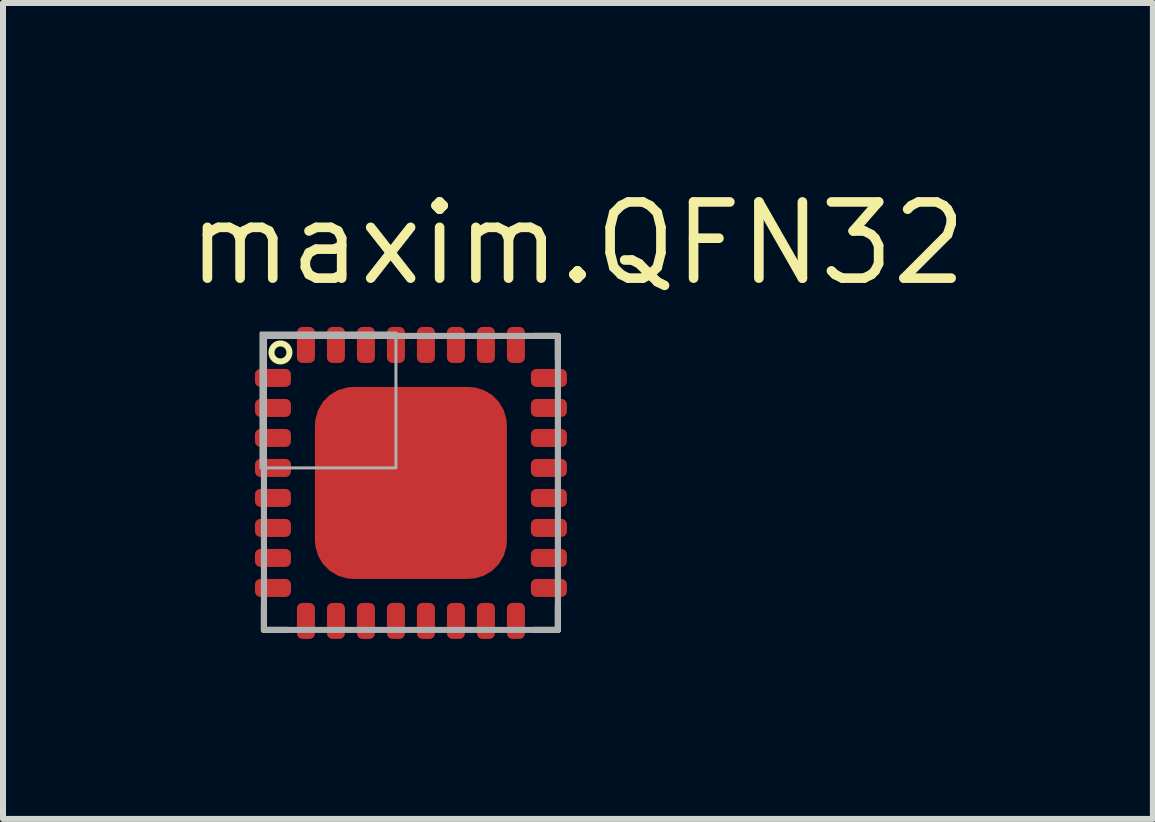
<source format=kicad_pcb>
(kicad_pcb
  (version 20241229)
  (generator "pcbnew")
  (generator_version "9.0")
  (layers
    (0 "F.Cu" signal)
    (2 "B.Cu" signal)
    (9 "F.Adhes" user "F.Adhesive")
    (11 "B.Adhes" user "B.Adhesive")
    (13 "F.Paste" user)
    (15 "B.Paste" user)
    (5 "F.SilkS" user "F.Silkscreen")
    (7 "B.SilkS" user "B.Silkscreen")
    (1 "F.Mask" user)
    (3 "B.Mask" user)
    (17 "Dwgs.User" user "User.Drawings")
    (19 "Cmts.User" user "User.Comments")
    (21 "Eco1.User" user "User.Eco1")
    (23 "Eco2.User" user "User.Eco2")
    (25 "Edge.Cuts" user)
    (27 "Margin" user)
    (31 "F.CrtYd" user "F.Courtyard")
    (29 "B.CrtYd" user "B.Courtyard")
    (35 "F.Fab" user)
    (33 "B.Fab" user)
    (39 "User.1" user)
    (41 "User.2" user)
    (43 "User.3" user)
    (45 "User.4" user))
  (footprint "maxim.QFN32"
    (layer "F.Cu")
    (at 3.8 5)
    (property "Reference" "maxim.QFN32" (at -3.8 -3.25 0) (layer "F.SilkS") (effects (font (size 1.27 1.27) (thickness 0.16)) (justify left bottom)))
    (attr smd)
    (fp_poly (pts (xy -2.55 -1.35) (xy -2.05 -1.35) (xy -2.05 -1.15) (xy -2.55 -1.15)) (stroke (width 0.102) (type default)) (fill yes) (layer "F.Mask"))
    (fp_poly (pts (xy -2.55 -0.85) (xy -2.05 -0.85) (xy -2.05 -0.65) (xy -2.55 -0.65)) (stroke (width 0.102) (type default)) (fill yes) (layer "F.Mask"))
    (fp_poly (pts (xy -2.55 -0.35) (xy -2.05 -0.35) (xy -2.05 -0.15) (xy -2.55 -0.15)) (stroke (width 0.102) (type default)) (fill yes) (layer "F.Mask"))
    (fp_poly (pts (xy -2.55 0.15) (xy -2.05 0.15) (xy -2.05 0.35) (xy -2.55 0.35)) (stroke (width 0.102) (type default)) (fill yes) (layer "F.Mask"))
    (fp_poly (pts (xy -2.55 0.65) (xy -2.05 0.65) (xy -2.05 0.85) (xy -2.55 0.85)) (stroke (width 0.102) (type default)) (fill yes) (layer "F.Mask"))
    (fp_poly (pts (xy -2.55 1.15) (xy -2.05 1.15) (xy -2.05 1.35) (xy -2.55 1.35)) (stroke (width 0.102) (type default)) (fill yes) (layer "F.Mask"))
    (fp_poly (pts (xy -1.35 2.55) (xy -1.35 2.05) (xy -1.15 2.05) (xy -1.15 2.55)) (stroke (width 0.102) (type default)) (fill yes) (layer "F.Mask"))
    (fp_poly (pts (xy -1.15 -2.55) (xy -1.15 -2.05) (xy -1.35 -2.05) (xy -1.35 -2.55)) (stroke (width 0.102) (type default)) (fill yes) (layer "F.Mask"))
    (fp_poly (pts (xy -0.85 2.55) (xy -0.85 2.05) (xy -0.65 2.05) (xy -0.65 2.55)) (stroke (width 0.102) (type default)) (fill yes) (layer "F.Mask"))
    (fp_poly (pts (xy -0.65 -2.55) (xy -0.65 -2.05) (xy -0.85 -2.05) (xy -0.85 -2.55)) (stroke (width 0.102) (type default)) (fill yes) (layer "F.Mask"))
    (fp_poly (pts (xy -0.35 2.55) (xy -0.35 2.05) (xy -0.15 2.05) (xy -0.15 2.55)) (stroke (width 0.102) (type default)) (fill yes) (layer "F.Mask"))
    (fp_poly (pts (xy -0.15 -2.55) (xy -0.15 -2.05) (xy -0.35 -2.05) (xy -0.35 -2.55)) (stroke (width 0.102) (type default)) (fill yes) (layer "F.Mask"))
    (fp_poly (pts (xy 0.15 2.55) (xy 0.15 2.05) (xy 0.35 2.05) (xy 0.35 2.55)) (stroke (width 0.102) (type default)) (fill yes) (layer "F.Mask"))
    (fp_poly (pts (xy 0.35 -2.55) (xy 0.35 -2.05) (xy 0.15 -2.05) (xy 0.15 -2.55)) (stroke (width 0.102) (type default)) (fill yes) (layer "F.Mask"))
    (fp_poly (pts (xy 0.65 2.55) (xy 0.65 2.05) (xy 0.85 2.05) (xy 0.85 2.55)) (stroke (width 0.102) (type default)) (fill yes) (layer "F.Mask"))
    (fp_poly (pts (xy 0.85 -2.55) (xy 0.85 -2.05) (xy 0.65 -2.05) (xy 0.65 -2.55)) (stroke (width 0.102) (type default)) (fill yes) (layer "F.Mask"))
    (fp_poly (pts (xy 1.15 2.55) (xy 1.15 2.05) (xy 1.35 2.05) (xy 1.35 2.55)) (stroke (width 0.102) (type default)) (fill yes) (layer "F.Mask"))
    (fp_poly (pts (xy 1.35 -2.55) (xy 1.35 -2.05) (xy 1.15 -2.05) (xy 1.15 -2.55)) (stroke (width 0.102) (type default)) (fill yes) (layer "F.Mask"))
    (fp_poly (pts (xy 2.55 -1.15) (xy 2.05 -1.15) (xy 2.05 -1.35) (xy 2.55 -1.35)) (stroke (width 0.102) (type default)) (fill yes) (layer "F.Mask"))
    (fp_poly (pts (xy 2.55 -0.65) (xy 2.05 -0.65) (xy 2.05 -0.85) (xy 2.55 -0.85)) (stroke (width 0.102) (type default)) (fill yes) (layer "F.Mask"))
    (fp_poly (pts (xy 2.55 -0.15) (xy 2.05 -0.15) (xy 2.05 -0.35) (xy 2.55 -0.35)) (stroke (width 0.102) (type default)) (fill yes) (layer "F.Mask"))
    (fp_poly (pts (xy 2.55 0.35) (xy 2.05 0.35) (xy 2.05 0.15) (xy 2.55 0.15)) (stroke (width 0.102) (type default)) (fill yes) (layer "F.Mask"))
    (fp_poly (pts (xy 2.55 0.85) (xy 2.05 0.85) (xy 2.05 0.65) (xy 2.55 0.65)) (stroke (width 0.102) (type default)) (fill yes) (layer "F.Mask"))
    (fp_poly (pts (xy 2.55 1.35) (xy 2.05 1.35) (xy 2.05 1.15) (xy 2.55 1.15)) (stroke (width 0.102) (type default)) (fill yes) (layer "F.Mask"))
    (fp_poly (pts (xy -2.55 -1.85) (xy -2.1 -1.85) (xy -2.05 -1.8) (xy -2.05 -1.65) (xy -2.55 -1.65)) (stroke (width 0.102) (type default)) (fill yes) (layer "F.Mask"))
    (fp_poly (pts (xy -2.55 1.85) (xy -2.1 1.85) (xy -2.05 1.8) (xy -2.05 1.65) (xy -2.55 1.65)) (stroke (width 0.102) (type default)) (fill yes) (layer "F.Mask"))
    (fp_poly (pts (xy -1.85 -2.55) (xy -1.85 -2.1) (xy -1.8 -2.05) (xy -1.65 -2.05) (xy -1.65 -2.55)) (stroke (width 0.102) (type default)) (fill yes) (layer "F.Mask"))
    (fp_poly (pts (xy -1.85 2.55) (xy -1.85 2.1) (xy -1.8 2.05) (xy -1.65 2.05) (xy -1.65 2.55)) (stroke (width 0.102) (type default)) (fill yes) (layer "F.Mask"))
    (fp_poly (pts (xy -1.325 -1.175) (xy -1.175 -1.325) (xy 1.325 -1.325) (xy 1.325 1.325) (xy -1.325 1.325)) (stroke (width 0.5) (type default)) (fill yes) (layer "F.Mask"))
    (fp_poly (pts (xy 1.85 -2.55) (xy 1.85 -2.1) (xy 1.8 -2.05) (xy 1.65 -2.05) (xy 1.65 -2.55)) (stroke (width 0.102) (type default)) (fill yes) (layer "F.Mask"))
    (fp_poly (pts (xy 1.85 2.55) (xy 1.85 2.1) (xy 1.8 2.05) (xy 1.65 2.05) (xy 1.65 2.55)) (stroke (width 0.102) (type default)) (fill yes) (layer "F.Mask"))
    (fp_poly (pts (xy 2.55 -1.85) (xy 2.1 -1.85) (xy 2.05 -1.8) (xy 2.05 -1.65) (xy 2.55 -1.65)) (stroke (width 0.102) (type default)) (fill yes) (layer "F.Mask"))
    (fp_poly (pts (xy 2.55 1.85) (xy 2.1 1.85) (xy 2.05 1.8) (xy 2.05 1.65) (xy 2.55 1.65)) (stroke (width 0.102) (type default)) (fill yes) (layer "F.Mask"))
    (fp_line (start -2.45 -2.45) (end -2.05 -2.45) (stroke (width 0.102) (type default)) (layer "F.SilkS"))
    (fp_line (start -2.45 -2.05) (end -2.45 -2.45) (stroke (width 0.102) (type default)) (layer "F.SilkS"))
    (fp_line (start -2.45 2.45) (end -2.45 2.05) (stroke (width 0.102) (type default)) (layer "F.SilkS"))
    (fp_line (start -2.05 2.45) (end -2.45 2.45) (stroke (width 0.102) (type default)) (layer "F.SilkS"))
    (fp_line (start 2.05 -2.45) (end 2.45 -2.45) (stroke (width 0.102) (type default)) (layer "F.SilkS"))
    (fp_line (start 2.45 -2.45) (end 2.45 -2.05) (stroke (width 0.102) (type default)) (layer "F.SilkS"))
    (fp_line (start 2.45 2.05) (end 2.45 2.45) (stroke (width 0.102) (type default)) (layer "F.SilkS"))
    (fp_line (start 2.45 2.45) (end 2.05 2.45) (stroke (width 0.102) (type default)) (layer "F.SilkS"))
    (fp_circle (center -2.175 -2.175) (end -2.025 -2.175) (stroke (width 0.1) (type default)) (fill no) (layer "F.SilkS"))
    (fp_rect (start -1.3 -1.1) (end -0.7 -1.4) (stroke (width 0.05) (type default)) (fill yes) (layer "F.Paste"))
    (fp_rect (start -1.3 -0.6) (end -0.7 -0.9) (stroke (width 0.05) (type default)) (fill yes) (layer "F.Paste"))
    (fp_rect (start -1.3 -0.1) (end -0.7 -0.4) (stroke (width 0.05) (type default)) (fill yes) (layer "F.Paste"))
    (fp_rect (start -1.3 0.4) (end -0.7 0.1) (stroke (width 0.05) (type default)) (fill yes) (layer "F.Paste"))
    (fp_rect (start -1.3 0.9) (end -0.7 0.6) (stroke (width 0.05) (type default)) (fill yes) (layer "F.Paste"))
    (fp_rect (start -1.3 1.4) (end -0.7 1.1) (stroke (width 0.05) (type default)) (fill yes) (layer "F.Paste"))
    (fp_rect (start -0.3 -1.1) (end 0.3 -1.4) (stroke (width 0.05) (type default)) (fill yes) (layer "F.Paste"))
    (fp_rect (start -0.3 -0.6) (end 0.3 -0.9) (stroke (width 0.05) (type default)) (fill yes) (layer "F.Paste"))
    (fp_rect (start -0.3 -0.1) (end 0.3 -0.4) (stroke (width 0.05) (type default)) (fill yes) (layer "F.Paste"))
    (fp_rect (start -0.3 0.4) (end 0.3 0.1) (stroke (width 0.05) (type default)) (fill yes) (layer "F.Paste"))
    (fp_rect (start -0.3 0.9) (end 0.3 0.6) (stroke (width 0.05) (type default)) (fill yes) (layer "F.Paste"))
    (fp_rect (start -0.3 1.4) (end 0.3 1.1) (stroke (width 0.05) (type default)) (fill yes) (layer "F.Paste"))
    (fp_rect (start 0.7 -1.1) (end 1.3 -1.4) (stroke (width 0.05) (type default)) (fill yes) (layer "F.Paste"))
    (fp_rect (start 0.7 -0.6) (end 1.3 -0.9) (stroke (width 0.05) (type default)) (fill yes) (layer "F.Paste"))
    (fp_rect (start 0.7 -0.1) (end 1.3 -0.4) (stroke (width 0.05) (type default)) (fill yes) (layer "F.Paste"))
    (fp_rect (start 0.7 0.4) (end 1.3 0.1) (stroke (width 0.05) (type default)) (fill yes) (layer "F.Paste"))
    (fp_rect (start 0.7 0.9) (end 1.3 0.6) (stroke (width 0.05) (type default)) (fill yes) (layer "F.Paste"))
    (fp_rect (start 0.7 1.4) (end 1.3 1.1) (stroke (width 0.05) (type default)) (fill yes) (layer "F.Paste"))
    (fp_poly (pts (xy -2.525 -1.325) (xy -2.075 -1.325) (xy -2.075 -1.175) (xy -2.525 -1.175)) (stroke (width 0.102) (type default)) (fill yes) (layer "F.Paste"))
    (fp_poly (pts (xy -2.525 -0.825) (xy -2.075 -0.825) (xy -2.075 -0.675) (xy -2.525 -0.675)) (stroke (width 0.102) (type default)) (fill yes) (layer "F.Paste"))
    (fp_poly (pts (xy -2.525 -0.325) (xy -2.075 -0.325) (xy -2.075 -0.175) (xy -2.525 -0.175)) (stroke (width 0.102) (type default)) (fill yes) (layer "F.Paste"))
    (fp_poly (pts (xy -2.525 0.175) (xy -2.075 0.175) (xy -2.075 0.325) (xy -2.525 0.325)) (stroke (width 0.102) (type default)) (fill yes) (layer "F.Paste"))
    (fp_poly (pts (xy -2.525 0.675) (xy -2.075 0.675) (xy -2.075 0.825) (xy -2.525 0.825)) (stroke (width 0.102) (type default)) (fill yes) (layer "F.Paste"))
    (fp_poly (pts (xy -2.525 1.175) (xy -2.075 1.175) (xy -2.075 1.325) (xy -2.525 1.325)) (stroke (width 0.102) (type default)) (fill yes) (layer "F.Paste"))
    (fp_poly (pts (xy -1.325 2.525) (xy -1.325 2.075) (xy -1.175 2.075) (xy -1.175 2.525)) (stroke (width 0.102) (type default)) (fill yes) (layer "F.Paste"))
    (fp_poly (pts (xy -1.175 -2.525) (xy -1.175 -2.075) (xy -1.325 -2.075) (xy -1.325 -2.525)) (stroke (width 0.102) (type default)) (fill yes) (layer "F.Paste"))
    (fp_poly (pts (xy -0.825 2.525) (xy -0.825 2.075) (xy -0.675 2.075) (xy -0.675 2.525)) (stroke (width 0.102) (type default)) (fill yes) (layer "F.Paste"))
    (fp_poly (pts (xy -0.675 -2.525) (xy -0.675 -2.075) (xy -0.825 -2.075) (xy -0.825 -2.525)) (stroke (width 0.102) (type default)) (fill yes) (layer "F.Paste"))
    (fp_poly (pts (xy -0.325 2.525) (xy -0.325 2.075) (xy -0.175 2.075) (xy -0.175 2.525)) (stroke (width 0.102) (type default)) (fill yes) (layer "F.Paste"))
    (fp_poly (pts (xy -0.175 -2.525) (xy -0.175 -2.075) (xy -0.325 -2.075) (xy -0.325 -2.525)) (stroke (width 0.102) (type default)) (fill yes) (layer "F.Paste"))
    (fp_poly (pts (xy 0.175 2.525) (xy 0.175 2.075) (xy 0.325 2.075) (xy 0.325 2.525)) (stroke (width 0.102) (type default)) (fill yes) (layer "F.Paste"))
    (fp_poly (pts (xy 0.325 -2.525) (xy 0.325 -2.075) (xy 0.175 -2.075) (xy 0.175 -2.525)) (stroke (width 0.102) (type default)) (fill yes) (layer "F.Paste"))
    (fp_poly (pts (xy 0.675 2.525) (xy 0.675 2.075) (xy 0.825 2.075) (xy 0.825 2.525)) (stroke (width 0.102) (type default)) (fill yes) (layer "F.Paste"))
    (fp_poly (pts (xy 0.825 -2.525) (xy 0.825 -2.075) (xy 0.675 -2.075) (xy 0.675 -2.525)) (stroke (width 0.102) (type default)) (fill yes) (layer "F.Paste"))
    (fp_poly (pts (xy 1.175 2.525) (xy 1.175 2.075) (xy 1.325 2.075) (xy 1.325 2.525)) (stroke (width 0.102) (type default)) (fill yes) (layer "F.Paste"))
    (fp_poly (pts (xy 1.325 -2.525) (xy 1.325 -2.075) (xy 1.175 -2.075) (xy 1.175 -2.525)) (stroke (width 0.102) (type default)) (fill yes) (layer "F.Paste"))
    (fp_poly (pts (xy 2.525 -1.175) (xy 2.075 -1.175) (xy 2.075 -1.325) (xy 2.525 -1.325)) (stroke (width 0.102) (type default)) (fill yes) (layer "F.Paste"))
    (fp_poly (pts (xy 2.525 -0.675) (xy 2.075 -0.675) (xy 2.075 -0.825) (xy 2.525 -0.825)) (stroke (width 0.102) (type default)) (fill yes) (layer "F.Paste"))
    (fp_poly (pts (xy 2.525 -0.175) (xy 2.075 -0.175) (xy 2.075 -0.325) (xy 2.525 -0.325)) (stroke (width 0.102) (type default)) (fill yes) (layer "F.Paste"))
    (fp_poly (pts (xy 2.525 0.325) (xy 2.075 0.325) (xy 2.075 0.175) (xy 2.525 0.175)) (stroke (width 0.102) (type default)) (fill yes) (layer "F.Paste"))
    (fp_poly (pts (xy 2.525 0.825) (xy 2.075 0.825) (xy 2.075 0.675) (xy 2.525 0.675)) (stroke (width 0.102) (type default)) (fill yes) (layer "F.Paste"))
    (fp_poly (pts (xy 2.525 1.325) (xy 2.075 1.325) (xy 2.075 1.175) (xy 2.525 1.175)) (stroke (width 0.102) (type default)) (fill yes) (layer "F.Paste"))
    (fp_poly (pts (xy -2.525 -1.825) (xy -2.125 -1.825) (xy -2.075 -1.775) (xy -2.075 -1.675) (xy -2.525 -1.675)) (stroke (width 0.102) (type default)) (fill yes) (layer "F.Paste"))
    (fp_poly (pts (xy -2.525 1.825) (xy -2.125 1.825) (xy -2.075 1.775) (xy -2.075 1.675) (xy -2.525 1.675)) (stroke (width 0.102) (type default)) (fill yes) (layer "F.Paste"))
    (fp_poly (pts (xy -1.825 -2.525) (xy -1.825 -2.125) (xy -1.775 -2.075) (xy -1.675 -2.075) (xy -1.675 -2.525)) (stroke (width 0.102) (type default)) (fill yes) (layer "F.Paste"))
    (fp_poly (pts (xy -1.825 2.525) (xy -1.825 2.125) (xy -1.775 2.075) (xy -1.675 2.075) (xy -1.675 2.525)) (stroke (width 0.102) (type default)) (fill yes) (layer "F.Paste"))
    (fp_poly (pts (xy 1.825 -2.525) (xy 1.825 -2.125) (xy 1.775 -2.075) (xy 1.675 -2.075) (xy 1.675 -2.525)) (stroke (width 0.102) (type default)) (fill yes) (layer "F.Paste"))
    (fp_poly (pts (xy 1.825 2.525) (xy 1.825 2.125) (xy 1.775 2.075) (xy 1.675 2.075) (xy 1.675 2.525)) (stroke (width 0.102) (type default)) (fill yes) (layer "F.Paste"))
    (fp_poly (pts (xy 2.525 -1.825) (xy 2.125 -1.825) (xy 2.075 -1.775) (xy 2.075 -1.675) (xy 2.525 -1.675)) (stroke (width 0.102) (type default)) (fill yes) (layer "F.Paste"))
    (fp_poly (pts (xy 2.525 1.825) (xy 2.125 1.825) (xy 2.075 1.775) (xy 2.075 1.675) (xy 2.525 1.675)) (stroke (width 0.102) (type default)) (fill yes) (layer "F.Paste"))
    (fp_line (start -2.45 -2.45) (end 2.45 -2.45) (stroke (width 0.102) (type default)) (layer "F.Fab"))
    (fp_line (start -2.45 2.45) (end -2.45 -2.45) (stroke (width 0.102) (type default)) (layer "F.Fab"))
    (fp_line (start 2.45 -2.45) (end 2.45 2.45) (stroke (width 0.102) (type default)) (layer "F.Fab"))
    (fp_line (start 2.45 2.45) (end -2.45 2.45) (stroke (width 0.102) (type default)) (layer "F.Fab"))
    (fp_rect (start -2.5 -0.25) (end -0.25 -2.5) (stroke (width 0.05) (type default)) (fill no) (layer "F.Fab"))
    (pad "1" smd roundrect (at -2.3 -1.75) (size 0.6 0.3) (layers "F.Cu" "F.Mask" "F.Paste") (roundrect_rratio 0.3))
    (pad "2" smd roundrect (at -2.3 -1.25) (size 0.6 0.3) (layers "F.Cu" "F.Mask" "F.Paste") (roundrect_rratio 0.3))
    (pad "3" smd roundrect (at -2.3 -0.75) (size 0.6 0.3) (layers "F.Cu" "F.Mask" "F.Paste") (roundrect_rratio 0.3))
    (pad "4" smd roundrect (at -2.3 -0.25) (size 0.6 0.3) (layers "F.Cu" "F.Mask" "F.Paste") (roundrect_rratio 0.3))
    (pad "5" smd roundrect (at -2.3 0.25) (size 0.6 0.3) (layers "F.Cu" "F.Mask" "F.Paste") (roundrect_rratio 0.3))
    (pad "6" smd roundrect (at -2.3 0.75) (size 0.6 0.3) (layers "F.Cu" "F.Mask" "F.Paste") (roundrect_rratio 0.3))
    (pad "7" smd roundrect (at -2.3 1.25) (size 0.6 0.3) (layers "F.Cu" "F.Mask" "F.Paste") (roundrect_rratio 0.3))
    (pad "8" smd roundrect (at -2.3 1.75) (size 0.6 0.3) (layers "F.Cu" "F.Mask" "F.Paste") (roundrect_rratio 0.3))
    (pad "9" smd roundrect (at -1.75 2.3 90) (size 0.6 0.3) (layers "F.Cu" "F.Mask" "F.Paste") (roundrect_rratio 0.3))
    (pad "10" smd roundrect (at -1.25 2.3 90) (size 0.6 0.3) (layers "F.Cu" "F.Mask" "F.Paste") (roundrect_rratio 0.3))
    (pad "11" smd roundrect (at -0.75 2.3 90) (size 0.6 0.3) (layers "F.Cu" "F.Mask" "F.Paste") (roundrect_rratio 0.3))
    (pad "12" smd roundrect (at -0.25 2.3 90) (size 0.6 0.3) (layers "F.Cu" "F.Mask" "F.Paste") (roundrect_rratio 0.3))
    (pad "13" smd roundrect (at 0.25 2.3 90) (size 0.6 0.3) (layers "F.Cu" "F.Mask" "F.Paste") (roundrect_rratio 0.3))
    (pad "14" smd roundrect (at 0.75 2.3 90) (size 0.6 0.3) (layers "F.Cu" "F.Mask" "F.Paste") (roundrect_rratio 0.3))
    (pad "15" smd roundrect (at 1.25 2.3 90) (size 0.6 0.3) (layers "F.Cu" "F.Mask" "F.Paste") (roundrect_rratio 0.3))
    (pad "16" smd roundrect (at 1.75 2.3 90) (size 0.6 0.3) (layers "F.Cu" "F.Mask" "F.Paste") (roundrect_rratio 0.3))
    (pad "17" smd roundrect (at 2.3 1.75 180) (size 0.6 0.3) (layers "F.Cu" "F.Mask" "F.Paste") (roundrect_rratio 0.3))
    (pad "18" smd roundrect (at 2.3 1.25 180) (size 0.6 0.3) (layers "F.Cu" "F.Mask" "F.Paste") (roundrect_rratio 0.3))
    (pad "19" smd roundrect (at 2.3 0.75 180) (size 0.6 0.3) (layers "F.Cu" "F.Mask" "F.Paste") (roundrect_rratio 0.3))
    (pad "20" smd roundrect (at 2.3 0.25 180) (size 0.6 0.3) (layers "F.Cu" "F.Mask" "F.Paste") (roundrect_rratio 0.3))
    (pad "21" smd roundrect (at 2.3 -0.25 180) (size 0.6 0.3) (layers "F.Cu" "F.Mask" "F.Paste") (roundrect_rratio 0.3))
    (pad "22" smd roundrect (at 2.3 -0.75 180) (size 0.6 0.3) (layers "F.Cu" "F.Mask" "F.Paste") (roundrect_rratio 0.3))
    (pad "23" smd roundrect (at 2.3 -1.25 180) (size 0.6 0.3) (layers "F.Cu" "F.Mask" "F.Paste") (roundrect_rratio 0.3))
    (pad "24" smd roundrect (at 2.3 -1.75 180) (size 0.6 0.3) (layers "F.Cu" "F.Mask" "F.Paste") (roundrect_rratio 0.3))
    (pad "25" smd roundrect (at 1.75 -2.3 270) (size 0.6 0.3) (layers "F.Cu" "F.Mask" "F.Paste") (roundrect_rratio 0.3))
    (pad "26" smd roundrect (at 1.25 -2.3 270) (size 0.6 0.3) (layers "F.Cu" "F.Mask" "F.Paste") (roundrect_rratio 0.3))
    (pad "27" smd roundrect (at 0.75 -2.3 270) (size 0.6 0.3) (layers "F.Cu" "F.Mask" "F.Paste") (roundrect_rratio 0.3))
    (pad "28" smd roundrect (at 0.25 -2.3 270) (size 0.6 0.3) (layers "F.Cu" "F.Mask" "F.Paste") (roundrect_rratio 0.3))
    (pad "29" smd roundrect (at -0.25 -2.3 270) (size 0.6 0.3) (layers "F.Cu" "F.Mask" "F.Paste") (roundrect_rratio 0.3))
    (pad "30" smd roundrect (at -0.75 -2.3 270) (size 0.6 0.3) (layers "F.Cu" "F.Mask" "F.Paste") (roundrect_rratio 0.3))
    (pad "31" smd roundrect (at -1.25 -2.3 270) (size 0.6 0.3) (layers "F.Cu" "F.Mask" "F.Paste") (roundrect_rratio 0.3))
    (pad "32" smd roundrect (at -1.75 -2.3 270) (size 0.6 0.3) (layers "F.Cu" "F.Mask" "F.Paste") (roundrect_rratio 0.3))
    (pad "EXP" smd roundrect (at 0 0) (size 3.2 3.2) (layers "F.Cu" "F.Mask" "F.Paste") (roundrect_rratio 0.2)))
  (gr_rect
    (start -3 -3)
    (end 16.168 10.601)
    (stroke (width 0.1) (type default))
    (fill no)
    (layer "Edge.Cuts")))
</source>
